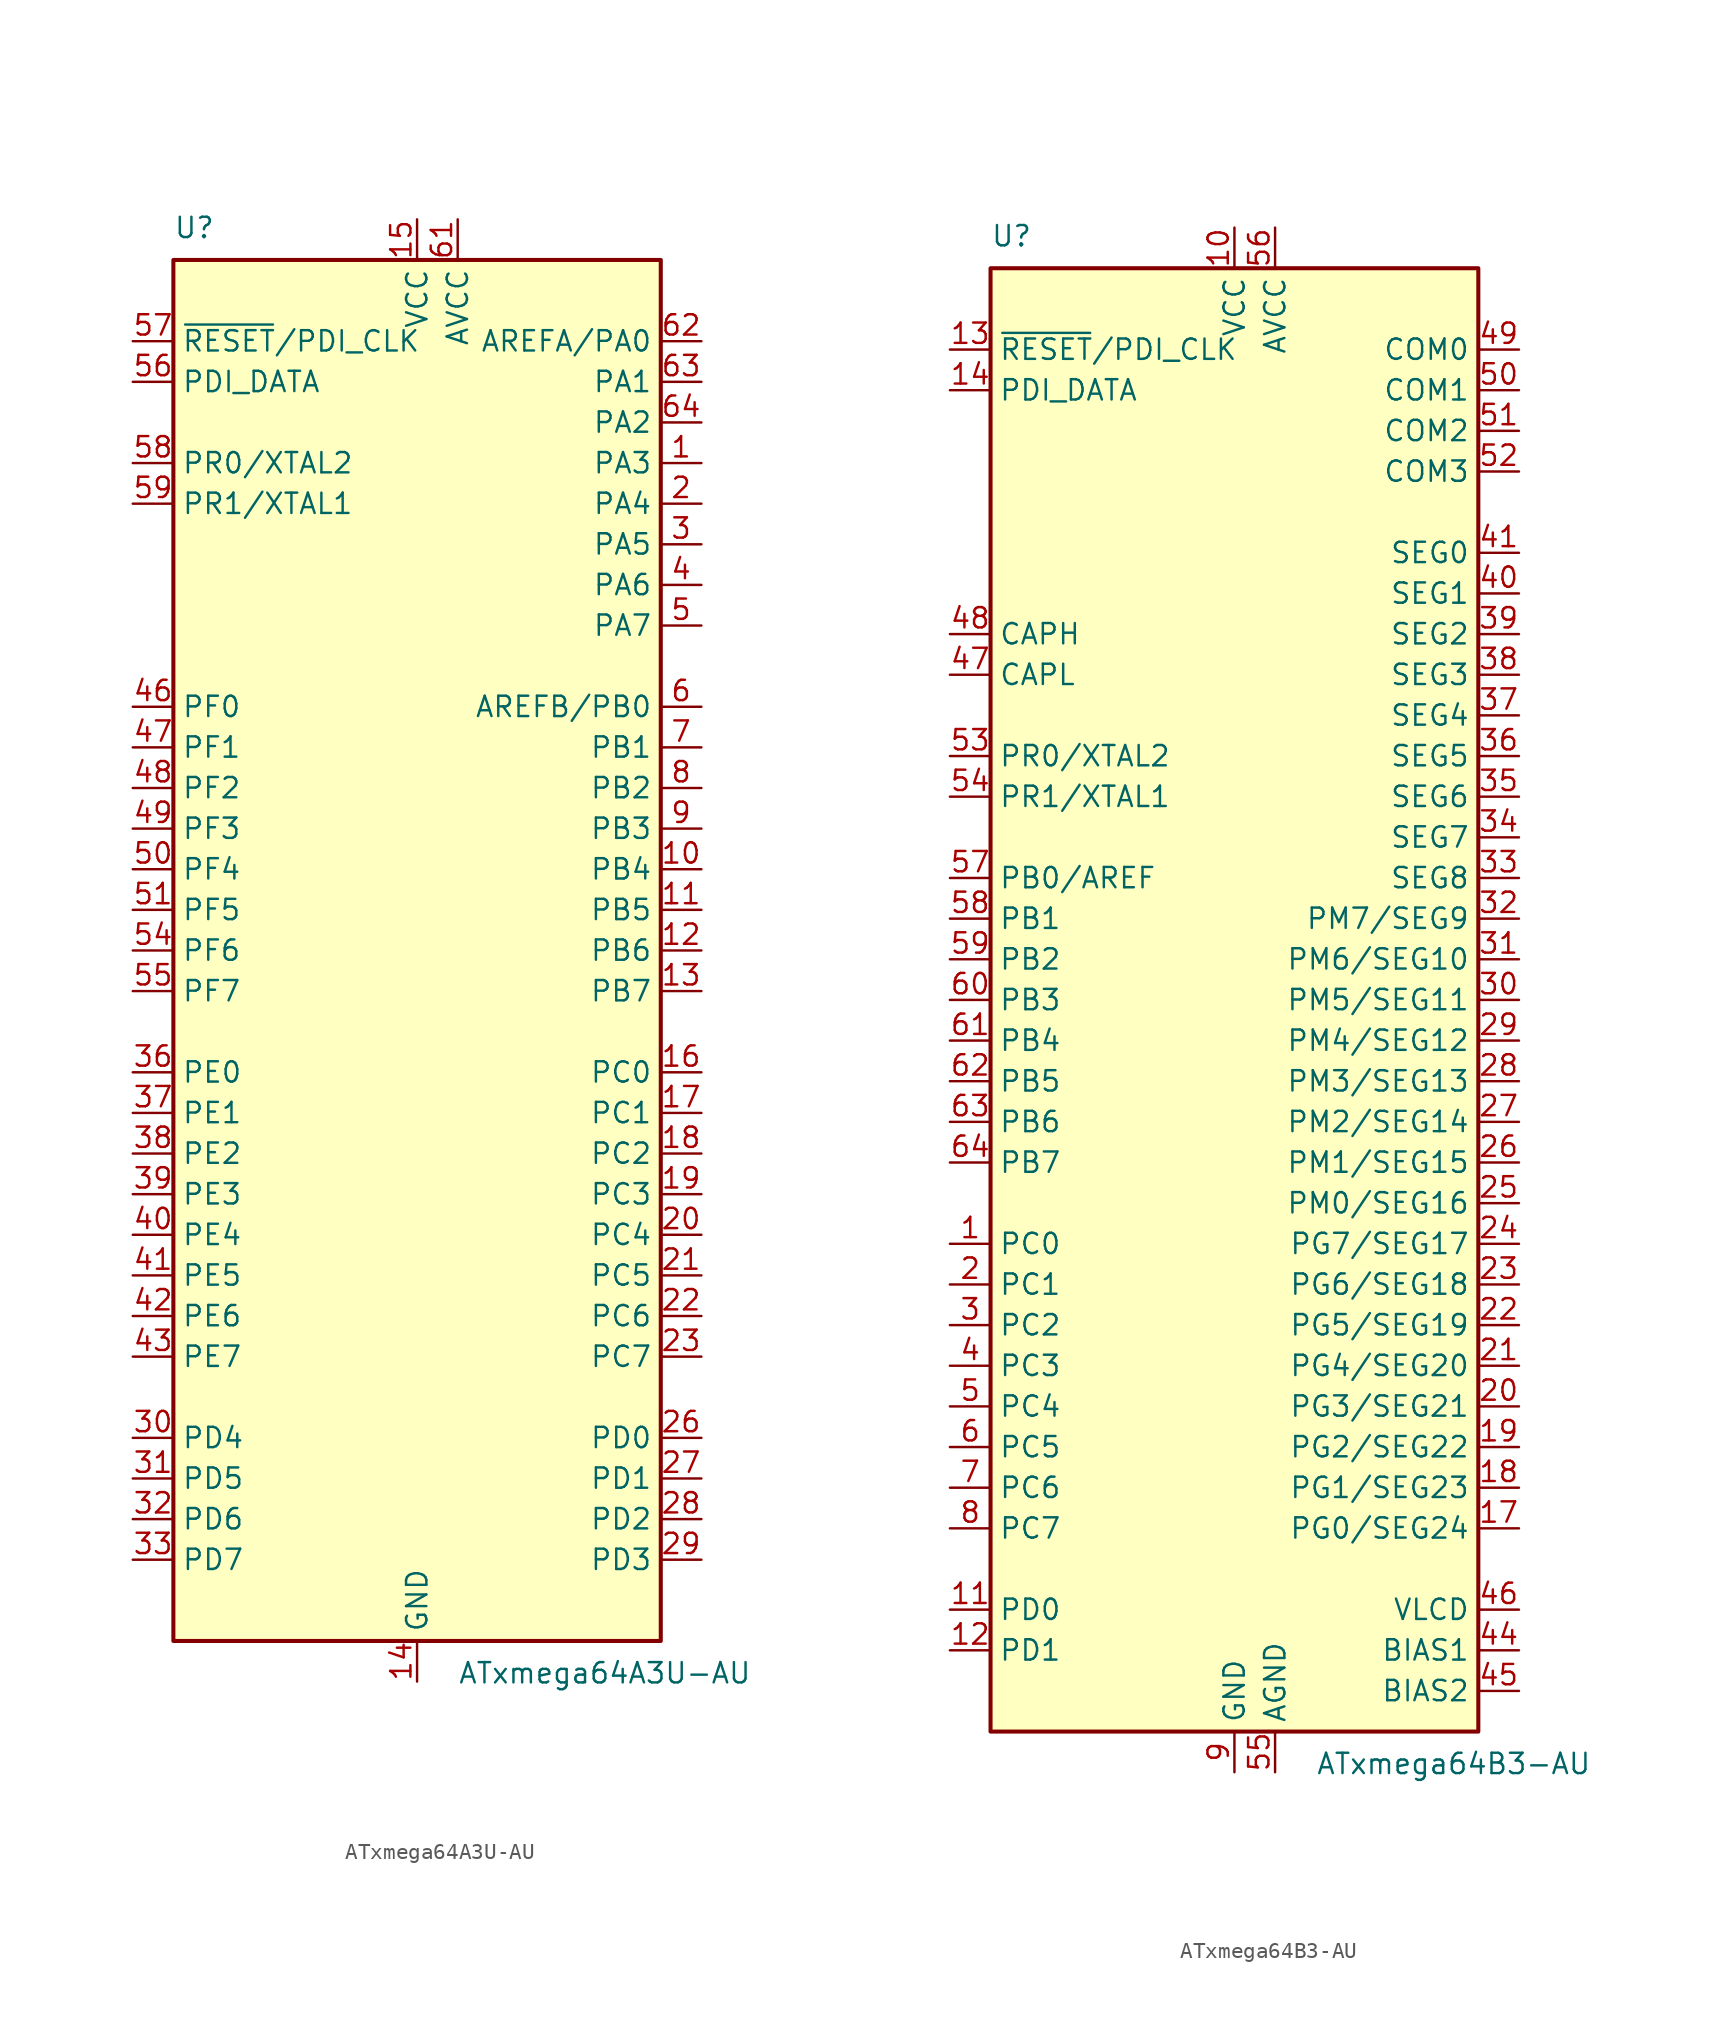
<source format=kicad_sym>
(kicad_symbol_lib
  (version 20201005)
  (generator kicad_symbol_editor)
  (symbol "ATxmega64A3U-AU"
    (property "Reference" "U"
      (at -15.24 44.45 0)
      (effects (font (size 1.27 1.27)) (justify left bottom)))
    (property "Value" "ATxmega64A3U-AU"
      (at 2.54 -44.45 0)
      (effects (font (size 1.27 1.27)) (justify left top)))
    (symbol "ATxmega64A3U-AU_0_1"
      (rectangle (start -15.24 -43.18) (end 15.24 43.18) (stroke (width 0.254)) (fill (type background))))
    (symbol "ATxmega64A3U-AU_1_1"
      (pin tri_state line (at 17.78 30.48 180) (length 2.54) (name "PA3" (effects (font (size 1.27 1.27)))) (number "1" (effects (font (size 1.27 1.27)))))
      (pin tri_state line (at 17.78 5.08 180) (length 2.54) (name "PB4" (effects (font (size 1.27 1.27)))) (number "10" (effects (font (size 1.27 1.27)))))
      (pin tri_state line (at 17.78 2.54 180) (length 2.54) (name "PB5" (effects (font (size 1.27 1.27)))) (number "11" (effects (font (size 1.27 1.27)))))
      (pin tri_state line (at 17.78 0 180) (length 2.54) (name "PB6" (effects (font (size 1.27 1.27)))) (number "12" (effects (font (size 1.27 1.27)))))
      (pin tri_state line (at 17.78 -2.54 180) (length 2.54) (name "PB7" (effects (font (size 1.27 1.27)))) (number "13" (effects (font (size 1.27 1.27)))))
      (pin power_in line (at 0 -45.72 90) (length 2.54) (name "GND" (effects (font (size 1.27 1.27)))) (number "14" (effects (font (size 1.27 1.27)))))
      (pin power_in line (at 0 45.72 270) (length 2.54) (name "VCC" (effects (font (size 1.27 1.27)))) (number "15" (effects (font (size 1.27 1.27)))))
      (pin tri_state line (at 17.78 -7.62 180) (length 2.54) (name "PC0" (effects (font (size 1.27 1.27)))) (number "16" (effects (font (size 1.27 1.27)))))
      (pin tri_state line (at 17.78 -10.16 180) (length 2.54) (name "PC1" (effects (font (size 1.27 1.27)))) (number "17" (effects (font (size 1.27 1.27)))))
      (pin tri_state line (at 17.78 -12.7 180) (length 2.54) (name "PC2" (effects (font (size 1.27 1.27)))) (number "18" (effects (font (size 1.27 1.27)))))
      (pin tri_state line (at 17.78 -15.24 180) (length 2.54) (name "PC3" (effects (font (size 1.27 1.27)))) (number "19" (effects (font (size 1.27 1.27)))))
      (pin tri_state line (at 17.78 27.94 180) (length 2.54) (name "PA4" (effects (font (size 1.27 1.27)))) (number "2" (effects (font (size 1.27 1.27)))))
      (pin tri_state line (at 17.78 -17.78 180) (length 2.54) (name "PC4" (effects (font (size 1.27 1.27)))) (number "20" (effects (font (size 1.27 1.27)))))
      (pin tri_state line (at 17.78 -20.32 180) (length 2.54) (name "PC5" (effects (font (size 1.27 1.27)))) (number "21" (effects (font (size 1.27 1.27)))))
      (pin tri_state line (at 17.78 -22.86 180) (length 2.54) (name "PC6" (effects (font (size 1.27 1.27)))) (number "22" (effects (font (size 1.27 1.27)))))
      (pin tri_state line (at 17.78 -25.4 180) (length 2.54) (name "PC7" (effects (font (size 1.27 1.27)))) (number "23" (effects (font (size 1.27 1.27)))))
      (pin passive line (at 0 -45.72 90) (length 2.54) hide (name "GND" (effects (font (size 1.27 1.27)))) (number "24" (effects (font (size 1.27 1.27)))))
      (pin passive line (at 0 45.72 270) (length 2.54) hide (name "VCC" (effects (font (size 1.27 1.27)))) (number "25" (effects (font (size 1.27 1.27)))))
      (pin tri_state line (at 17.78 -30.48 180) (length 2.54) (name "PD0" (effects (font (size 1.27 1.27)))) (number "26" (effects (font (size 1.27 1.27)))))
      (pin tri_state line (at 17.78 -33.02 180) (length 2.54) (name "PD1" (effects (font (size 1.27 1.27)))) (number "27" (effects (font (size 1.27 1.27)))))
      (pin tri_state line (at 17.78 -35.56 180) (length 2.54) (name "PD2" (effects (font (size 1.27 1.27)))) (number "28" (effects (font (size 1.27 1.27)))))
      (pin tri_state line (at 17.78 -38.1 180) (length 2.54) (name "PD3" (effects (font (size 1.27 1.27)))) (number "29" (effects (font (size 1.27 1.27)))))
      (pin tri_state line (at 17.78 25.4 180) (length 2.54) (name "PA5" (effects (font (size 1.27 1.27)))) (number "3" (effects (font (size 1.27 1.27)))))
      (pin tri_state line (at -17.78 -30.48 0) (length 2.54) (name "PD4" (effects (font (size 1.27 1.27)))) (number "30" (effects (font (size 1.27 1.27)))))
      (pin tri_state line (at -17.78 -33.02 0) (length 2.54) (name "PD5" (effects (font (size 1.27 1.27)))) (number "31" (effects (font (size 1.27 1.27)))))
      (pin tri_state line (at -17.78 -35.56 0) (length 2.54) (name "PD6" (effects (font (size 1.27 1.27)))) (number "32" (effects (font (size 1.27 1.27)))))
      (pin tri_state line (at -17.78 -38.1 0) (length 2.54) (name "PD7" (effects (font (size 1.27 1.27)))) (number "33" (effects (font (size 1.27 1.27)))))
      (pin passive line (at 0 -45.72 90) (length 2.54) hide (name "GND" (effects (font (size 1.27 1.27)))) (number "34" (effects (font (size 1.27 1.27)))))
      (pin passive line (at 0 45.72 270) (length 2.54) hide (name "VCC" (effects (font (size 1.27 1.27)))) (number "35" (effects (font (size 1.27 1.27)))))
      (pin tri_state line (at -17.78 -7.62 0) (length 2.54) (name "PE0" (effects (font (size 1.27 1.27)))) (number "36" (effects (font (size 1.27 1.27)))))
      (pin tri_state line (at -17.78 -10.16 0) (length 2.54) (name "PE1" (effects (font (size 1.27 1.27)))) (number "37" (effects (font (size 1.27 1.27)))))
      (pin tri_state line (at -17.78 -12.7 0) (length 2.54) (name "PE2" (effects (font (size 1.27 1.27)))) (number "38" (effects (font (size 1.27 1.27)))))
      (pin tri_state line (at -17.78 -15.24 0) (length 2.54) (name "PE3" (effects (font (size 1.27 1.27)))) (number "39" (effects (font (size 1.27 1.27)))))
      (pin tri_state line (at 17.78 22.86 180) (length 2.54) (name "PA6" (effects (font (size 1.27 1.27)))) (number "4" (effects (font (size 1.27 1.27)))))
      (pin tri_state line (at -17.78 -17.78 0) (length 2.54) (name "PE4" (effects (font (size 1.27 1.27)))) (number "40" (effects (font (size 1.27 1.27)))))
      (pin tri_state line (at -17.78 -20.32 0) (length 2.54) (name "PE5" (effects (font (size 1.27 1.27)))) (number "41" (effects (font (size 1.27 1.27)))))
      (pin tri_state line (at -17.78 -22.86 0) (length 2.54) (name "PE6" (effects (font (size 1.27 1.27)))) (number "42" (effects (font (size 1.27 1.27)))))
      (pin tri_state line (at -17.78 -25.4 0) (length 2.54) (name "PE7" (effects (font (size 1.27 1.27)))) (number "43" (effects (font (size 1.27 1.27)))))
      (pin passive line (at 0 -45.72 90) (length 2.54) hide (name "GND" (effects (font (size 1.27 1.27)))) (number "44" (effects (font (size 1.27 1.27)))))
      (pin passive line (at 0 45.72 270) (length 2.54) hide (name "VCC" (effects (font (size 1.27 1.27)))) (number "45" (effects (font (size 1.27 1.27)))))
      (pin tri_state line (at -17.78 15.24 0) (length 2.54) (name "PF0" (effects (font (size 1.27 1.27)))) (number "46" (effects (font (size 1.27 1.27)))))
      (pin tri_state line (at -17.78 12.7 0) (length 2.54) (name "PF1" (effects (font (size 1.27 1.27)))) (number "47" (effects (font (size 1.27 1.27)))))
      (pin tri_state line (at -17.78 10.16 0) (length 2.54) (name "PF2" (effects (font (size 1.27 1.27)))) (number "48" (effects (font (size 1.27 1.27)))))
      (pin tri_state line (at -17.78 7.62 0) (length 2.54) (name "PF3" (effects (font (size 1.27 1.27)))) (number "49" (effects (font (size 1.27 1.27)))))
      (pin tri_state line (at 17.78 20.32 180) (length 2.54) (name "PA7" (effects (font (size 1.27 1.27)))) (number "5" (effects (font (size 1.27 1.27)))))
      (pin tri_state line (at -17.78 5.08 0) (length 2.54) (name "PF4" (effects (font (size 1.27 1.27)))) (number "50" (effects (font (size 1.27 1.27)))))
      (pin tri_state line (at -17.78 2.54 0) (length 2.54) (name "PF5" (effects (font (size 1.27 1.27)))) (number "51" (effects (font (size 1.27 1.27)))))
      (pin passive line (at 0 -45.72 90) (length 2.54) hide (name "GND" (effects (font (size 1.27 1.27)))) (number "52" (effects (font (size 1.27 1.27)))))
      (pin passive line (at 0 45.72 270) (length 2.54) hide (name "VCC" (effects (font (size 1.27 1.27)))) (number "53" (effects (font (size 1.27 1.27)))))
      (pin tri_state line (at -17.78 0 0) (length 2.54) (name "PF6" (effects (font (size 1.27 1.27)))) (number "54" (effects (font (size 1.27 1.27)))))
      (pin tri_state line (at -17.78 -2.54 0) (length 2.54) (name "PF7" (effects (font (size 1.27 1.27)))) (number "55" (effects (font (size 1.27 1.27)))))
      (pin bidirectional line (at -17.78 35.56 0) (length 2.54) (name "PDI_DATA" (effects (font (size 1.27 1.27)))) (number "56" (effects (font (size 1.27 1.27)))))
      (pin input line (at -17.78 38.1 0) (length 2.54) (name "~RESET~/PDI_CLK" (effects (font (size 1.27 1.27)))) (number "57" (effects (font (size 1.27 1.27)))))
      (pin tri_state line (at -17.78 30.48 0) (length 2.54) (name "PR0/XTAL2" (effects (font (size 1.27 1.27)))) (number "58" (effects (font (size 1.27 1.27)))))
      (pin tri_state line (at -17.78 27.94 0) (length 2.54) (name "PR1/XTAL1" (effects (font (size 1.27 1.27)))) (number "59" (effects (font (size 1.27 1.27)))))
      (pin tri_state line (at 17.78 15.24 180) (length 2.54) (name "AREFB/PB0" (effects (font (size 1.27 1.27)))) (number "6" (effects (font (size 1.27 1.27)))))
      (pin passive line (at 0 -45.72 90) (length 2.54) hide (name "GND" (effects (font (size 1.27 1.27)))) (number "60" (effects (font (size 1.27 1.27)))))
      (pin power_in line (at 2.54 45.72 270) (length 2.54) (name "AVCC" (effects (font (size 1.27 1.27)))) (number "61" (effects (font (size 1.27 1.27)))))
      (pin tri_state line (at 17.78 38.1 180) (length 2.54) (name "AREFA/PA0" (effects (font (size 1.27 1.27)))) (number "62" (effects (font (size 1.27 1.27)))))
      (pin tri_state line (at 17.78 35.56 180) (length 2.54) (name "PA1" (effects (font (size 1.27 1.27)))) (number "63" (effects (font (size 1.27 1.27)))))
      (pin tri_state line (at 17.78 33.02 180) (length 2.54) (name "PA2" (effects (font (size 1.27 1.27)))) (number "64" (effects (font (size 1.27 1.27)))))
      (pin tri_state line (at 17.78 12.7 180) (length 2.54) (name "PB1" (effects (font (size 1.27 1.27)))) (number "7" (effects (font (size 1.27 1.27)))))
      (pin tri_state line (at 17.78 10.16 180) (length 2.54) (name "PB2" (effects (font (size 1.27 1.27)))) (number "8" (effects (font (size 1.27 1.27)))))
      (pin tri_state line (at 17.78 7.62 180) (length 2.54) (name "PB3" (effects (font (size 1.27 1.27)))) (number "9" (effects (font (size 1.27 1.27)))))))
  (symbol "ATxmega64B3-AU"
    (property "Reference" "U"
      (at -15.24 46.99 0)
      (effects (font (size 1.27 1.27)) (justify left bottom)))
    (property "Value" "ATxmega64B3-AU"
      (at 5.08 -46.99 0)
      (effects (font (size 1.27 1.27)) (justify left top)))
    (symbol "ATxmega64B3-AU_0_1"
      (rectangle (start -15.24 -45.72) (end 15.24 45.72) (stroke (width 0.254)) (fill (type background))))
    (symbol "ATxmega64B3-AU_1_1"
      (pin tri_state line (at -17.78 -15.24 0) (length 2.54) (name "PC0" (effects (font (size 1.27 1.27)))) (number "1" (effects (font (size 1.27 1.27)))))
      (pin power_in line (at 0 48.26 270) (length 2.54) (name "VCC" (effects (font (size 1.27 1.27)))) (number "10" (effects (font (size 1.27 1.27)))))
      (pin tri_state line (at -17.78 -38.1 0) (length 2.54) (name "PD0" (effects (font (size 1.27 1.27)))) (number "11" (effects (font (size 1.27 1.27)))))
      (pin tri_state line (at -17.78 -40.64 0) (length 2.54) (name "PD1" (effects (font (size 1.27 1.27)))) (number "12" (effects (font (size 1.27 1.27)))))
      (pin input line (at -17.78 40.64 0) (length 2.54) (name "~RESET~/PDI_CLK" (effects (font (size 1.27 1.27)))) (number "13" (effects (font (size 1.27 1.27)))))
      (pin bidirectional line (at -17.78 38.1 0) (length 2.54) (name "PDI_DATA" (effects (font (size 1.27 1.27)))) (number "14" (effects (font (size 1.27 1.27)))))
      (pin passive line (at 0 -48.26 90) (length 2.54) hide (name "GND" (effects (font (size 1.27 1.27)))) (number "15" (effects (font (size 1.27 1.27)))))
      (pin passive line (at 0 48.26 270) (length 2.54) hide (name "VCC" (effects (font (size 1.27 1.27)))) (number "16" (effects (font (size 1.27 1.27)))))
      (pin tri_state line (at 17.78 -33.02 180) (length 2.54) (name "PG0/SEG24" (effects (font (size 1.27 1.27)))) (number "17" (effects (font (size 1.27 1.27)))))
      (pin tri_state line (at 17.78 -30.48 180) (length 2.54) (name "PG1/SEG23" (effects (font (size 1.27 1.27)))) (number "18" (effects (font (size 1.27 1.27)))))
      (pin tri_state line (at 17.78 -27.94 180) (length 2.54) (name "PG2/SEG22" (effects (font (size 1.27 1.27)))) (number "19" (effects (font (size 1.27 1.27)))))
      (pin tri_state line (at -17.78 -17.78 0) (length 2.54) (name "PC1" (effects (font (size 1.27 1.27)))) (number "2" (effects (font (size 1.27 1.27)))))
      (pin tri_state line (at 17.78 -25.4 180) (length 2.54) (name "PG3/SEG21" (effects (font (size 1.27 1.27)))) (number "20" (effects (font (size 1.27 1.27)))))
      (pin tri_state line (at 17.78 -22.86 180) (length 2.54) (name "PG4/SEG20" (effects (font (size 1.27 1.27)))) (number "21" (effects (font (size 1.27 1.27)))))
      (pin tri_state line (at 17.78 -20.32 180) (length 2.54) (name "PG5/SEG19" (effects (font (size 1.27 1.27)))) (number "22" (effects (font (size 1.27 1.27)))))
      (pin tri_state line (at 17.78 -17.78 180) (length 2.54) (name "PG6/SEG18" (effects (font (size 1.27 1.27)))) (number "23" (effects (font (size 1.27 1.27)))))
      (pin tri_state line (at 17.78 -15.24 180) (length 2.54) (name "PG7/SEG17" (effects (font (size 1.27 1.27)))) (number "24" (effects (font (size 1.27 1.27)))))
      (pin tri_state line (at 17.78 -12.7 180) (length 2.54) (name "PM0/SEG16" (effects (font (size 1.27 1.27)))) (number "25" (effects (font (size 1.27 1.27)))))
      (pin tri_state line (at 17.78 -10.16 180) (length 2.54) (name "PM1/SEG15" (effects (font (size 1.27 1.27)))) (number "26" (effects (font (size 1.27 1.27)))))
      (pin tri_state line (at 17.78 -7.62 180) (length 2.54) (name "PM2/SEG14" (effects (font (size 1.27 1.27)))) (number "27" (effects (font (size 1.27 1.27)))))
      (pin tri_state line (at 17.78 -5.08 180) (length 2.54) (name "PM3/SEG13" (effects (font (size 1.27 1.27)))) (number "28" (effects (font (size 1.27 1.27)))))
      (pin tri_state line (at 17.78 -2.54 180) (length 2.54) (name "PM4/SEG12" (effects (font (size 1.27 1.27)))) (number "29" (effects (font (size 1.27 1.27)))))
      (pin tri_state line (at -17.78 -20.32 0) (length 2.54) (name "PC2" (effects (font (size 1.27 1.27)))) (number "3" (effects (font (size 1.27 1.27)))))
      (pin tri_state line (at 17.78 0 180) (length 2.54) (name "PM5/SEG11" (effects (font (size 1.27 1.27)))) (number "30" (effects (font (size 1.27 1.27)))))
      (pin tri_state line (at 17.78 2.54 180) (length 2.54) (name "PM6/SEG10" (effects (font (size 1.27 1.27)))) (number "31" (effects (font (size 1.27 1.27)))))
      (pin tri_state line (at 17.78 5.08 180) (length 2.54) (name "PM7/SEG9" (effects (font (size 1.27 1.27)))) (number "32" (effects (font (size 1.27 1.27)))))
      (pin output line (at 17.78 7.62 180) (length 2.54) (name "SEG8" (effects (font (size 1.27 1.27)))) (number "33" (effects (font (size 1.27 1.27)))))
      (pin output line (at 17.78 10.16 180) (length 2.54) (name "SEG7" (effects (font (size 1.27 1.27)))) (number "34" (effects (font (size 1.27 1.27)))))
      (pin output line (at 17.78 12.7 180) (length 2.54) (name "SEG6" (effects (font (size 1.27 1.27)))) (number "35" (effects (font (size 1.27 1.27)))))
      (pin output line (at 17.78 15.24 180) (length 2.54) (name "SEG5" (effects (font (size 1.27 1.27)))) (number "36" (effects (font (size 1.27 1.27)))))
      (pin output line (at 17.78 17.78 180) (length 2.54) (name "SEG4" (effects (font (size 1.27 1.27)))) (number "37" (effects (font (size 1.27 1.27)))))
      (pin output line (at 17.78 20.32 180) (length 2.54) (name "SEG3" (effects (font (size 1.27 1.27)))) (number "38" (effects (font (size 1.27 1.27)))))
      (pin output line (at 17.78 22.86 180) (length 2.54) (name "SEG2" (effects (font (size 1.27 1.27)))) (number "39" (effects (font (size 1.27 1.27)))))
      (pin tri_state line (at -17.78 -22.86 0) (length 2.54) (name "PC3" (effects (font (size 1.27 1.27)))) (number "4" (effects (font (size 1.27 1.27)))))
      (pin output line (at 17.78 25.4 180) (length 2.54) (name "SEG1" (effects (font (size 1.27 1.27)))) (number "40" (effects (font (size 1.27 1.27)))))
      (pin output line (at 17.78 27.94 180) (length 2.54) (name "SEG0" (effects (font (size 1.27 1.27)))) (number "41" (effects (font (size 1.27 1.27)))))
      (pin passive line (at 0 -48.26 90) (length 2.54) hide (name "GND" (effects (font (size 1.27 1.27)))) (number "42" (effects (font (size 1.27 1.27)))))
      (pin passive line (at 0 48.26 270) (length 2.54) hide (name "VCC" (effects (font (size 1.27 1.27)))) (number "43" (effects (font (size 1.27 1.27)))))
      (pin power_out line (at 17.78 -40.64 180) (length 2.54) (name "BIAS1" (effects (font (size 1.27 1.27)))) (number "44" (effects (font (size 1.27 1.27)))))
      (pin power_out line (at 17.78 -43.18 180) (length 2.54) (name "BIAS2" (effects (font (size 1.27 1.27)))) (number "45" (effects (font (size 1.27 1.27)))))
      (pin power_out line (at 17.78 -38.1 180) (length 2.54) (name "VLCD" (effects (font (size 1.27 1.27)))) (number "46" (effects (font (size 1.27 1.27)))))
      (pin passive line (at -17.78 20.32 0) (length 2.54) (name "CAPL" (effects (font (size 1.27 1.27)))) (number "47" (effects (font (size 1.27 1.27)))))
      (pin passive line (at -17.78 22.86 0) (length 2.54) (name "CAPH" (effects (font (size 1.27 1.27)))) (number "48" (effects (font (size 1.27 1.27)))))
      (pin output line (at 17.78 40.64 180) (length 2.54) (name "COM0" (effects (font (size 1.27 1.27)))) (number "49" (effects (font (size 1.27 1.27)))))
      (pin tri_state line (at -17.78 -25.4 0) (length 2.54) (name "PC4" (effects (font (size 1.27 1.27)))) (number "5" (effects (font (size 1.27 1.27)))))
      (pin output line (at 17.78 38.1 180) (length 2.54) (name "COM1" (effects (font (size 1.27 1.27)))) (number "50" (effects (font (size 1.27 1.27)))))
      (pin output line (at 17.78 35.56 180) (length 2.54) (name "COM2" (effects (font (size 1.27 1.27)))) (number "51" (effects (font (size 1.27 1.27)))))
      (pin output line (at 17.78 33.02 180) (length 2.54) (name "COM3" (effects (font (size 1.27 1.27)))) (number "52" (effects (font (size 1.27 1.27)))))
      (pin tri_state line (at -17.78 15.24 0) (length 2.54) (name "PR0/XTAL2" (effects (font (size 1.27 1.27)))) (number "53" (effects (font (size 1.27 1.27)))))
      (pin tri_state line (at -17.78 12.7 0) (length 2.54) (name "PR1/XTAL1" (effects (font (size 1.27 1.27)))) (number "54" (effects (font (size 1.27 1.27)))))
      (pin power_in line (at 2.54 -48.26 90) (length 2.54) (name "AGND" (effects (font (size 1.27 1.27)))) (number "55" (effects (font (size 1.27 1.27)))))
      (pin power_in line (at 2.54 48.26 270) (length 2.54) (name "AVCC" (effects (font (size 1.27 1.27)))) (number "56" (effects (font (size 1.27 1.27)))))
      (pin tri_state line (at -17.78 7.62 0) (length 2.54) (name "PB0/AREF" (effects (font (size 1.27 1.27)))) (number "57" (effects (font (size 1.27 1.27)))))
      (pin tri_state line (at -17.78 5.08 0) (length 2.54) (name "PB1" (effects (font (size 1.27 1.27)))) (number "58" (effects (font (size 1.27 1.27)))))
      (pin tri_state line (at -17.78 2.54 0) (length 2.54) (name "PB2" (effects (font (size 1.27 1.27)))) (number "59" (effects (font (size 1.27 1.27)))))
      (pin tri_state line (at -17.78 -27.94 0) (length 2.54) (name "PC5" (effects (font (size 1.27 1.27)))) (number "6" (effects (font (size 1.27 1.27)))))
      (pin tri_state line (at -17.78 0 0) (length 2.54) (name "PB3" (effects (font (size 1.27 1.27)))) (number "60" (effects (font (size 1.27 1.27)))))
      (pin tri_state line (at -17.78 -2.54 0) (length 2.54) (name "PB4" (effects (font (size 1.27 1.27)))) (number "61" (effects (font (size 1.27 1.27)))))
      (pin tri_state line (at -17.78 -5.08 0) (length 2.54) (name "PB5" (effects (font (size 1.27 1.27)))) (number "62" (effects (font (size 1.27 1.27)))))
      (pin tri_state line (at -17.78 -7.62 0) (length 2.54) (name "PB6" (effects (font (size 1.27 1.27)))) (number "63" (effects (font (size 1.27 1.27)))))
      (pin tri_state line (at -17.78 -10.16 0) (length 2.54) (name "PB7" (effects (font (size 1.27 1.27)))) (number "64" (effects (font (size 1.27 1.27)))))
      (pin tri_state line (at -17.78 -30.48 0) (length 2.54) (name "PC6" (effects (font (size 1.27 1.27)))) (number "7" (effects (font (size 1.27 1.27)))))
      (pin tri_state line (at -17.78 -33.02 0) (length 2.54) (name "PC7" (effects (font (size 1.27 1.27)))) (number "8" (effects (font (size 1.27 1.27)))))
      (pin power_in line (at 0 -48.26 90) (length 2.54) (name "GND" (effects (font (size 1.27 1.27)))) (number "9" (effects (font (size 1.27 1.27))))))))
</source>
